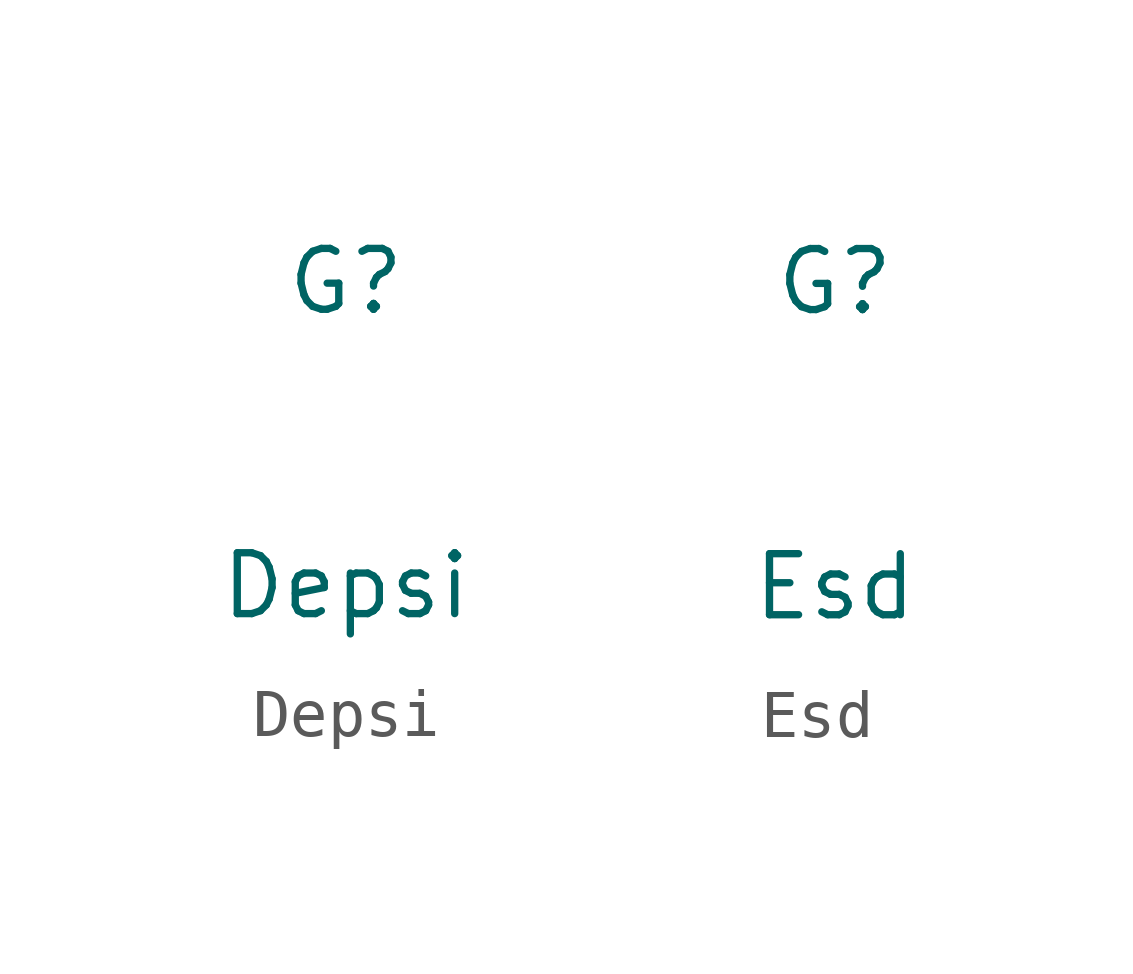
<source format=kicad_sym>
(kicad_symbol_lib
  (version 20241209)
  (generator "kicad_symbol_editor")
  (generator_version "9.0")
  (symbol "Depsi"
    (property "Reference" "G"
      (at 0 2.286 0)
      (effects (font (size 1.27 1.27))))
    (property "Value" "Depsi"
      (at 0 -4.064 0)
      (effects (font (size 1.27 1.27))))
    (symbol "Depsi_1_0"
      (polyline (pts (xy -0.925 0.211) (xy -0.898 0.209) (xy -0.872 0.206) (xy -0.846 0.201) (xy -0.82 0.195) (xy -0.795 0.188) (xy -0.771 0.18) (xy -0.747 0.17) (xy -0.723 0.16) (xy -0.7 0.148) (xy -0.678 0.135) (xy -0.657 0.121) (xy -0.636 0.106) (xy -0.616 0.091) (xy -0.597 0.074) (xy -0.578 0.057) (xy -0.561 0.038) (xy -0.544 0.019) (xy -0.528 -0.001) (xy -0.514 -0.022) (xy -0.5 -0.043) (xy -0.487 -0.065) (xy -0.475 -0.088) (xy -0.465 -0.112) (xy -0.455 -0.136) (xy -0.447 -0.16) (xy -0.44 -0.185) (xy -0.434 -0.211) (xy -0.429 -0.237) (xy -0.426 -0.263) (xy -0.424 -0.29) (xy -0.423 -0.318) (xy -0.424 -0.345) (xy -0.426 -0.372) (xy -0.429 -0.398) (xy -0.434 -0.424) (xy -0.44 -0.45) (xy -0.447 -0.475) (xy -0.455 -0.499) (xy -0.465 -0.523) (xy -0.475 -0.547) (xy -0.487 -0.57) (xy -0.5 -0.592) (xy -0.514 -0.613) (xy -0.528 -0.634) (xy -0.544 -0.654) (xy -0.561 -0.673) (xy -0.578 -0.692) (xy -0.597 -0.709) (xy -0.616 -0.726) (xy -0.636 -0.742) (xy -0.657 -0.756) (xy -0.678 -0.77) (xy -0.7 -0.783) (xy -0.723 -0.794) (xy -0.747 -0.805) (xy -0.771 -0.815) (xy -0.795 -0.823) (xy -0.82 -0.83) (xy -0.846 -0.836) (xy -0.872 -0.841) (xy -0.898 -0.844) (xy -0.925 -0.846) (xy -0.953 -0.847) (xy -0.98 -0.846) (xy -1.007 -0.844) (xy -1.033 -0.841) (xy -1.059 -0.836) (xy -1.085 -0.83) (xy -1.11 -0.823) (xy -1.134 -0.815) (xy -1.159 -0.805) (xy -1.182 -0.794) (xy -1.205 -0.783) (xy -1.227 -0.77) (xy -1.248 -0.756) (xy -1.269 -0.742) (xy -1.289 -0.726) (xy -1.308 -0.709) (xy -1.327 -0.692) (xy -1.344 -0.673) (xy -1.361 -0.654) (xy -1.377 -0.634) (xy -1.391 -0.613) (xy -1.405 -0.592) (xy -1.418 -0.57) (xy -1.429 -0.547) (xy -1.44 -0.523) (xy -1.45 -0.499) (xy -1.458 -0.475) (xy -1.465 -0.45) (xy -1.471 -0.424) (xy -1.476 -0.398) (xy -1.479 -0.372) (xy -1.481 -0.345) (xy -1.482 -0.318) (xy -1.481 -0.29) (xy -1.479 -0.263) (xy -1.476 -0.237) (xy -1.471 -0.211) (xy -1.465 -0.185) (xy -1.458 -0.16) (xy -1.45 -0.136) (xy -1.44 -0.112) (xy -1.429 -0.088) (xy -1.418 -0.065) (xy -1.405 -0.043) (xy -1.391 -0.022) (xy -1.377 -0.001) (xy -1.361 0.019) (xy -1.344 0.038) (xy -1.327 0.057) (xy -1.308 0.074) (xy -1.289 0.091) (xy -1.269 0.106) (xy -1.248 0.121) (xy -1.227 0.135) (xy -1.205 0.148) (xy -1.182 0.16) (xy -1.159 0.17) (xy -1.134 0.18) (xy -1.11 0.188) (xy -1.085 0.195) (xy -1.059 0.201) (xy -1.033 0.206) (xy -1.007 0.209) (xy -0.98 0.211) (xy -0.953 0.212) (xy -0.925 0.211)) (stroke (width -0.0001) (type solid)) (fill (type color) (color 0 0 0 0)))
      (polyline (pts (xy 1.442 1.27) (xy 1.456 1.269) (xy 1.469 1.267) (xy 1.482 1.265) (xy 1.495 1.262) (xy 1.508 1.258) (xy 1.52 1.254) (xy 1.532 1.249) (xy 1.544 1.244) (xy 1.555 1.238) (xy 1.566 1.232) (xy 1.577 1.225) (xy 1.587 1.218) (xy 1.597 1.21) (xy 1.607 1.201) (xy 1.616 1.193) (xy 1.625 1.183) (xy 1.633 1.174) (xy 1.641 1.164) (xy 1.648 1.153) (xy 1.655 1.143) (xy 1.661 1.132) (xy 1.667 1.12) (xy 1.673 1.109) (xy 1.677 1.096) (xy 1.681 1.084) (xy 1.685 1.072) (xy 1.688 1.059) (xy 1.69 1.046) (xy 1.692 1.032) (xy 1.693 1.019) (xy 1.693 1.005) (xy 1.693 -2.699) (xy 1.693 -2.712) (xy 1.692 -2.726) (xy 1.69 -2.739) (xy 1.688 -2.752) (xy 1.685 -2.765) (xy 1.681 -2.777) (xy 1.677 -2.79) (xy 1.673 -2.802) (xy 1.667 -2.813) (xy 1.661 -2.825) (xy 1.655 -2.836) (xy 1.648 -2.847) (xy 1.641 -2.857) (xy 1.633 -2.867) (xy 1.625 -2.877) (xy 1.616 -2.886) (xy 1.607 -2.895) (xy 1.597 -2.903) (xy 1.587 -2.911) (xy 1.577 -2.918) (xy 1.566 -2.925) (xy 1.555 -2.931) (xy 1.544 -2.937) (xy 1.532 -2.943) (xy 1.52 -2.947) (xy 1.508 -2.951) (xy 1.495 -2.955) (xy 1.482 -2.958) (xy 1.469 -2.96) (xy 1.456 -2.962) (xy 1.442 -2.963) (xy 1.429 -2.963) (xy -2.275 -2.963) (xy -2.289 -2.963) (xy -2.303 -2.962) (xy -2.316 -2.96) (xy -2.329 -2.958) (xy -2.342 -2.955) (xy -2.354 -2.951) (xy -2.366 -2.947) (xy -2.378 -2.943) (xy -2.39 -2.937) (xy -2.402 -2.931) (xy -2.413 -2.925) (xy -2.423 -2.918) (xy -2.434 -2.911) (xy -2.444 -2.903) (xy -2.453 -2.895) (xy -2.463 -2.886) (xy -2.471 -2.877) (xy -2.48 -2.867) (xy -2.487 -2.857) (xy -2.495 -2.847) (xy -2.502 -2.836) (xy -2.508 -2.825) (xy -2.514 -2.813) (xy -2.519 -2.802) (xy -2.524 -2.79) (xy -2.528 -2.777) (xy -2.532 -2.765) (xy -2.535 -2.752) (xy -2.537 -2.739) (xy -2.539 -2.726) (xy -2.54 -2.712) (xy -2.54 -2.699) (xy -2.54 -2.434) (xy -2.011 -2.434) (xy -1.428 -2.434) (xy 0.187 -0.819) (xy 0.197 -0.809) (xy 0.207 -0.8) (xy 0.218 -0.792) (xy 0.229 -0.785) (xy 0.24 -0.778) (xy 0.251 -0.771) (xy 0.263 -0.766) (xy 0.275 -0.76) (xy 0.287 -0.756) (xy 0.299 -0.752) (xy 0.311 -0.749) (xy 0.324 -0.746) (xy 0.336 -0.744) (xy 0.349 -0.742) (xy 0.362 -0.742) (xy 0.374 -0.741) (xy 0.387 -0.742) (xy 0.4 -0.742) (xy 0.412 -0.744) (xy 0.425 -0.746) (xy 0.437 -0.749) (xy 0.45 -0.752) (xy 0.462 -0.756) (xy 0.474 -0.76) (xy 0.486 -0.766) (xy 0.497 -0.771) (xy 0.509 -0.778) (xy 0.52 -0.785) (xy 0.531 -0.792) (xy 0.541 -0.8) (xy 0.551 -0.809) (xy 0.561 -0.819) (xy 1.164 -1.421) (xy 1.164 0.741) (xy -2.011 0.741) (xy -2.011 -2.434) (xy -2.54 -2.434) (xy -2.54 1.005) (xy -2.54 1.019) (xy -2.539 1.032) (xy -2.537 1.046) (xy -2.535 1.059) (xy -2.532 1.072) (xy -2.528 1.084) (xy -2.524 1.096) (xy -2.519 1.109) (xy -2.514 1.12) (xy -2.508 1.132) (xy -2.502 1.143) (xy -2.495 1.153) (xy -2.487 1.164) (xy -2.48 1.174) (xy -2.471 1.183) (xy -2.463 1.193) (xy -2.453 1.201) (xy -2.444 1.21) (xy -2.434 1.218) (xy -2.423 1.225) (xy -2.413 1.232) (xy -2.402 1.238) (xy -2.39 1.244) (xy -2.378 1.249) (xy -2.366 1.254) (xy -2.354 1.258) (xy -2.342 1.262) (xy -2.329 1.265) (xy -2.316 1.267) (xy -2.303 1.269) (xy -2.289 1.27) (xy -2.275 1.27) (xy 1.429 1.27) (xy 1.442 1.27)) (stroke (width -0.0001) (type solid)) (fill (type color) (color 0 0 0 0)))))
  (symbol "Esd"
    (property "Reference" "G"
      (at 0 2.286 0)
      (effects (font (size 1.27 1.27))))
    (property "Value" "Esd"
      (at 0 -4.064 0)
      (effects (font (size 1.27 1.27))))
    (symbol "Esd_1_0"
      (polyline (pts (xy -0.925 0.211) (xy -0.898 0.209) (xy -0.872 0.206) (xy -0.846 0.201) (xy -0.82 0.195) (xy -0.795 0.188) (xy -0.771 0.18) (xy -0.747 0.17) (xy -0.723 0.16) (xy -0.7 0.148) (xy -0.678 0.135) (xy -0.657 0.121) (xy -0.636 0.106) (xy -0.616 0.091) (xy -0.597 0.074) (xy -0.578 0.057) (xy -0.561 0.038) (xy -0.544 0.019) (xy -0.528 -0.001) (xy -0.514 -0.022) (xy -0.5 -0.043) (xy -0.487 -0.065) (xy -0.475 -0.088) (xy -0.465 -0.112) (xy -0.455 -0.136) (xy -0.447 -0.16) (xy -0.44 -0.185) (xy -0.434 -0.211) (xy -0.429 -0.237) (xy -0.426 -0.263) (xy -0.424 -0.29) (xy -0.423 -0.318) (xy -0.424 -0.345) (xy -0.426 -0.372) (xy -0.429 -0.398) (xy -0.434 -0.424) (xy -0.44 -0.45) (xy -0.447 -0.475) (xy -0.455 -0.499) (xy -0.465 -0.523) (xy -0.475 -0.547) (xy -0.487 -0.57) (xy -0.5 -0.592) (xy -0.514 -0.613) (xy -0.528 -0.634) (xy -0.544 -0.654) (xy -0.561 -0.673) (xy -0.578 -0.692) (xy -0.597 -0.709) (xy -0.616 -0.726) (xy -0.636 -0.742) (xy -0.657 -0.756) (xy -0.678 -0.77) (xy -0.7 -0.783) (xy -0.723 -0.794) (xy -0.747 -0.805) (xy -0.771 -0.815) (xy -0.795 -0.823) (xy -0.82 -0.83) (xy -0.846 -0.836) (xy -0.872 -0.841) (xy -0.898 -0.844) (xy -0.925 -0.846) (xy -0.953 -0.847) (xy -0.98 -0.846) (xy -1.007 -0.844) (xy -1.033 -0.841) (xy -1.059 -0.836) (xy -1.085 -0.83) (xy -1.11 -0.823) (xy -1.134 -0.815) (xy -1.159 -0.805) (xy -1.182 -0.794) (xy -1.205 -0.783) (xy -1.227 -0.77) (xy -1.248 -0.756) (xy -1.269 -0.742) (xy -1.289 -0.726) (xy -1.308 -0.709) (xy -1.327 -0.692) (xy -1.344 -0.673) (xy -1.361 -0.654) (xy -1.377 -0.634) (xy -1.391 -0.613) (xy -1.405 -0.592) (xy -1.418 -0.57) (xy -1.429 -0.547) (xy -1.44 -0.523) (xy -1.45 -0.499) (xy -1.458 -0.475) (xy -1.465 -0.45) (xy -1.471 -0.424) (xy -1.476 -0.398) (xy -1.479 -0.372) (xy -1.481 -0.345) (xy -1.482 -0.318) (xy -1.481 -0.29) (xy -1.479 -0.263) (xy -1.476 -0.237) (xy -1.471 -0.211) (xy -1.465 -0.185) (xy -1.458 -0.16) (xy -1.45 -0.136) (xy -1.44 -0.112) (xy -1.429 -0.088) (xy -1.418 -0.065) (xy -1.405 -0.043) (xy -1.391 -0.022) (xy -1.377 -0.001) (xy -1.361 0.019) (xy -1.344 0.038) (xy -1.327 0.057) (xy -1.308 0.074) (xy -1.289 0.091) (xy -1.269 0.106) (xy -1.248 0.121) (xy -1.227 0.135) (xy -1.205 0.148) (xy -1.182 0.16) (xy -1.159 0.17) (xy -1.134 0.18) (xy -1.11 0.188) (xy -1.085 0.195) (xy -1.059 0.201) (xy -1.033 0.206) (xy -1.007 0.209) (xy -0.98 0.211) (xy -0.953 0.212) (xy -0.925 0.211)) (stroke (width -0.0001) (type solid)) (fill (type color) (color 0 0 0 0)))
      (polyline (pts (xy 1.442 1.27) (xy 1.456 1.269) (xy 1.469 1.267) (xy 1.482 1.265) (xy 1.495 1.262) (xy 1.508 1.258) (xy 1.52 1.254) (xy 1.532 1.249) (xy 1.544 1.244) (xy 1.555 1.238) (xy 1.566 1.232) (xy 1.577 1.225) (xy 1.587 1.218) (xy 1.597 1.21) (xy 1.607 1.201) (xy 1.616 1.193) (xy 1.625 1.183) (xy 1.633 1.174) (xy 1.641 1.164) (xy 1.648 1.153) (xy 1.655 1.143) (xy 1.661 1.132) (xy 1.667 1.12) (xy 1.673 1.109) (xy 1.677 1.096) (xy 1.681 1.084) (xy 1.685 1.072) (xy 1.688 1.059) (xy 1.69 1.046) (xy 1.692 1.032) (xy 1.693 1.019) (xy 1.693 1.005) (xy 1.693 -2.699) (xy 1.693 -2.712) (xy 1.692 -2.726) (xy 1.69 -2.739) (xy 1.688 -2.752) (xy 1.685 -2.765) (xy 1.681 -2.777) (xy 1.677 -2.79) (xy 1.673 -2.802) (xy 1.667 -2.813) (xy 1.661 -2.825) (xy 1.655 -2.836) (xy 1.648 -2.847) (xy 1.641 -2.857) (xy 1.633 -2.867) (xy 1.625 -2.877) (xy 1.616 -2.886) (xy 1.607 -2.895) (xy 1.597 -2.903) (xy 1.587 -2.911) (xy 1.577 -2.918) (xy 1.566 -2.925) (xy 1.555 -2.931) (xy 1.544 -2.937) (xy 1.532 -2.943) (xy 1.52 -2.947) (xy 1.508 -2.951) (xy 1.495 -2.955) (xy 1.482 -2.958) (xy 1.469 -2.96) (xy 1.456 -2.962) (xy 1.442 -2.963) (xy 1.429 -2.963) (xy -2.275 -2.963) (xy -2.289 -2.963) (xy -2.303 -2.962) (xy -2.316 -2.96) (xy -2.329 -2.958) (xy -2.342 -2.955) (xy -2.354 -2.951) (xy -2.366 -2.947) (xy -2.378 -2.943) (xy -2.39 -2.937) (xy -2.402 -2.931) (xy -2.413 -2.925) (xy -2.423 -2.918) (xy -2.434 -2.911) (xy -2.444 -2.903) (xy -2.453 -2.895) (xy -2.463 -2.886) (xy -2.471 -2.877) (xy -2.48 -2.867) (xy -2.487 -2.857) (xy -2.495 -2.847) (xy -2.502 -2.836) (xy -2.508 -2.825) (xy -2.514 -2.813) (xy -2.519 -2.802) (xy -2.524 -2.79) (xy -2.528 -2.777) (xy -2.532 -2.765) (xy -2.535 -2.752) (xy -2.537 -2.739) (xy -2.539 -2.726) (xy -2.54 -2.712) (xy -2.54 -2.699) (xy -2.54 -2.434) (xy -2.011 -2.434) (xy -1.428 -2.434) (xy 0.187 -0.819) (xy 0.197 -0.809) (xy 0.207 -0.8) (xy 0.218 -0.792) (xy 0.229 -0.785) (xy 0.24 -0.778) (xy 0.251 -0.771) (xy 0.263 -0.766) (xy 0.275 -0.76) (xy 0.287 -0.756) (xy 0.299 -0.752) (xy 0.311 -0.749) (xy 0.324 -0.746) (xy 0.336 -0.744) (xy 0.349 -0.742) (xy 0.362 -0.742) (xy 0.374 -0.741) (xy 0.387 -0.742) (xy 0.4 -0.742) (xy 0.412 -0.744) (xy 0.425 -0.746) (xy 0.437 -0.749) (xy 0.45 -0.752) (xy 0.462 -0.756) (xy 0.474 -0.76) (xy 0.486 -0.766) (xy 0.497 -0.771) (xy 0.509 -0.778) (xy 0.52 -0.785) (xy 0.531 -0.792) (xy 0.541 -0.8) (xy 0.551 -0.809) (xy 0.561 -0.819) (xy 1.164 -1.421) (xy 1.164 0.741) (xy -2.011 0.741) (xy -2.011 -2.434) (xy -2.54 -2.434) (xy -2.54 1.005) (xy -2.54 1.019) (xy -2.539 1.032) (xy -2.537 1.046) (xy -2.535 1.059) (xy -2.532 1.072) (xy -2.528 1.084) (xy -2.524 1.096) (xy -2.519 1.109) (xy -2.514 1.12) (xy -2.508 1.132) (xy -2.502 1.143) (xy -2.495 1.153) (xy -2.487 1.164) (xy -2.48 1.174) (xy -2.471 1.183) (xy -2.463 1.193) (xy -2.453 1.201) (xy -2.444 1.21) (xy -2.434 1.218) (xy -2.423 1.225) (xy -2.413 1.232) (xy -2.402 1.238) (xy -2.39 1.244) (xy -2.378 1.249) (xy -2.366 1.254) (xy -2.354 1.258) (xy -2.342 1.262) (xy -2.329 1.265) (xy -2.316 1.267) (xy -2.303 1.269) (xy -2.289 1.27) (xy -2.275 1.27) (xy 1.429 1.27) (xy 1.442 1.27)) (stroke (width -0.0001) (type solid)) (fill (type color) (color 0 0 0 0))))))
</source>
